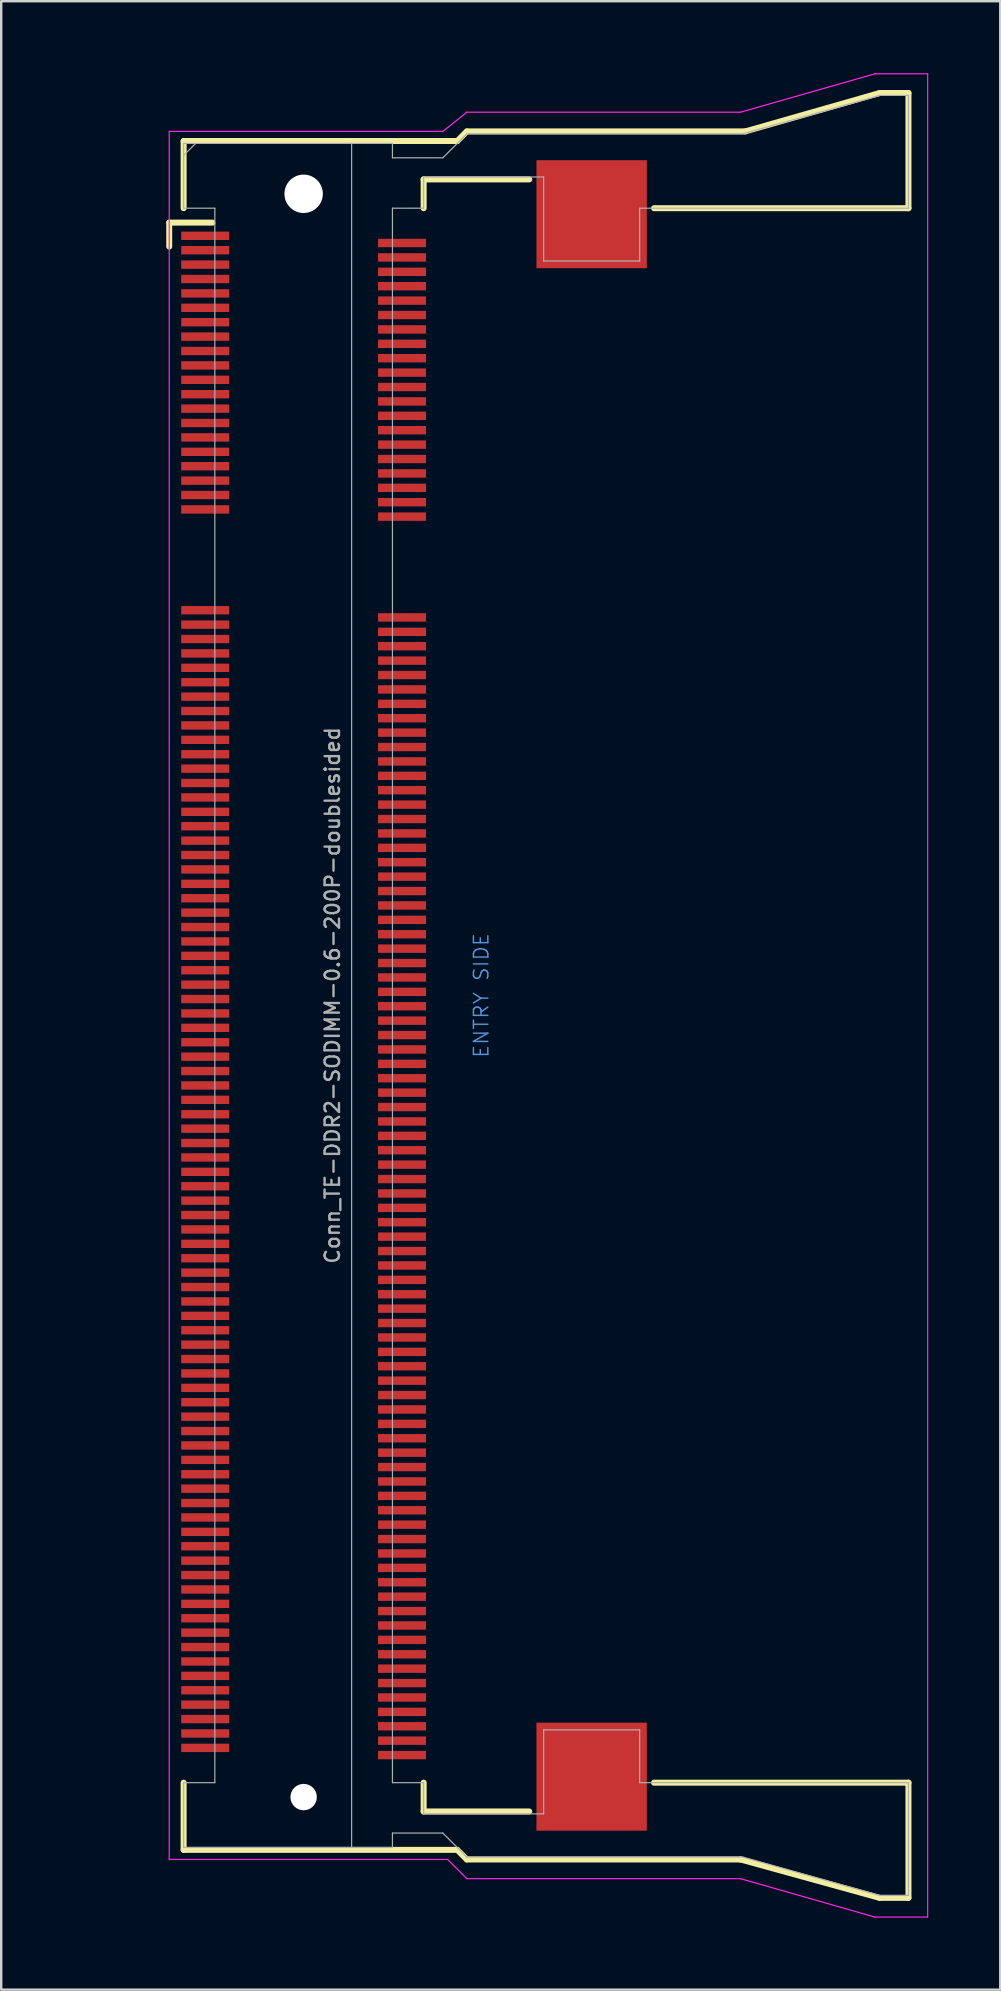
<source format=kicad_pcb>
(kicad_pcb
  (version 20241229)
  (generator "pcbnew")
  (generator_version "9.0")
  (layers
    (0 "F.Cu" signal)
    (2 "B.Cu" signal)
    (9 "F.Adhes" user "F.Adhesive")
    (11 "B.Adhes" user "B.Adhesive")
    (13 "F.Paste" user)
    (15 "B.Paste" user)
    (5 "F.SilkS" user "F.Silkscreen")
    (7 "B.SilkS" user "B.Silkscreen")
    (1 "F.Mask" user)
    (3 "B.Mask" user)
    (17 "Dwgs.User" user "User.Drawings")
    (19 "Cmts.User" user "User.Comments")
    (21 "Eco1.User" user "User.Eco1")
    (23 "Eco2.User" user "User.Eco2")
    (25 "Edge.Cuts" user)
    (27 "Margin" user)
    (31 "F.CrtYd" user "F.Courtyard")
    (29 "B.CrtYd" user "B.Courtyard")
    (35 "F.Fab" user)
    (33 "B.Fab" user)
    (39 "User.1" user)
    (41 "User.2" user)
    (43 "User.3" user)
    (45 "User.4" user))
  (footprint "Conn_TE-DDR2-SODIMM-0.6-200P-doublesided"
    (layer "F.Cu")
    (at 9.601 38.425)
    (property "Reference" "Conn_TE-DDR2-SODIMM-0.6-200P-doublesided" (at 1.2 0 90) (layer "F.Fab") (effects (font (size 0.6 0.6) (thickness 0.1))))
    (attr through_hole)
    (fp_line (start -5.6 -32.2) (end -3.8 -32.2) (stroke (width 0.25) (type solid)) (layer "F.SilkS"))
    (fp_line (start -5.6 -31.2) (end -5.6 -32.2) (stroke (width 0.25) (type solid)) (layer "F.SilkS"))
    (fp_line (start -5 -35.6) (end 6.4 -35.6) (stroke (width 0.25) (type solid)) (layer "F.SilkS"))
    (fp_line (start -5 -32.8) (end -5 -35.6) (stroke (width 0.25) (type solid)) (layer "F.SilkS"))
    (fp_line (start -5 32.8) (end -5 35.6) (stroke (width 0.25) (type solid)) (layer "F.SilkS"))
    (fp_line (start -5 35.6) (end 6.4 35.6) (stroke (width 0.25) (type solid)) (layer "F.SilkS"))
    (fp_line (start 5 -34) (end 9.4 -34) (stroke (width 0.25) (type solid)) (layer "F.SilkS"))
    (fp_line (start 5 -32.8) (end 5 -34) (stroke (width 0.25) (type solid)) (layer "F.SilkS"))
    (fp_line (start 5 34) (end 5 32.8) (stroke (width 0.25) (type solid)) (layer "F.SilkS"))
    (fp_line (start 6.4 -35.6) (end 6.8 -36) (stroke (width 0.25) (type solid)) (layer "F.SilkS"))
    (fp_line (start 6.4 35.6) (end 6.8 36) (stroke (width 0.25) (type solid)) (layer "F.SilkS"))
    (fp_line (start 6.8 -36) (end 18.4 -36) (stroke (width 0.25) (type solid)) (layer "F.SilkS"))
    (fp_line (start 6.8 36) (end 18.2 36) (stroke (width 0.25) (type solid)) (layer "F.SilkS"))
    (fp_line (start 9.4 34) (end 5 34) (stroke (width 0.25) (type solid)) (layer "F.SilkS"))
    (fp_line (start 14.6 -32.8) (end 25.2 -32.8) (stroke (width 0.25) (type solid)) (layer "F.SilkS"))
    (fp_line (start 14.6 32.8) (end 25.2 32.8) (stroke (width 0.25) (type solid)) (layer "F.SilkS"))
    (fp_line (start 18.2 36) (end 24 37.6) (stroke (width 0.25) (type solid)) (layer "F.SilkS"))
    (fp_line (start 18.4 -36) (end 24 -37.6) (stroke (width 0.25) (type solid)) (layer "F.SilkS"))
    (fp_line (start 24 -37.6) (end 25.2 -37.6) (stroke (width 0.25) (type solid)) (layer "F.SilkS"))
    (fp_line (start 24 37.6) (end 25.2 37.6) (stroke (width 0.25) (type solid)) (layer "F.SilkS"))
    (fp_line (start 25.2 -37.6) (end 25.2 -32.8) (stroke (width 0.25) (type solid)) (layer "F.SilkS"))
    (fp_line (start 25.2 37.6) (end 25.2 32.8) (stroke (width 0.25) (type solid)) (layer "F.SilkS"))
    (fp_line (start -5.6 -36) (end -5.6 36) (stroke (width 0.05) (type solid)) (layer "F.CrtYd"))
    (fp_line (start -5.6 -36) (end 5.8 -36) (stroke (width 0.05) (type solid)) (layer "F.CrtYd"))
    (fp_line (start -5.6 36) (end 6 36) (stroke (width 0.05) (type solid)) (layer "F.CrtYd"))
    (fp_line (start 6 36) (end 6.8 36.8) (stroke (width 0.05) (type solid)) (layer "F.CrtYd"))
    (fp_line (start 6.8 -36.8) (end 5.8 -36) (stroke (width 0.05) (type solid)) (layer "F.CrtYd"))
    (fp_line (start 6.8 36.8) (end 18.2 36.8) (stroke (width 0.05) (type solid)) (layer "F.CrtYd"))
    (fp_line (start 18.2 -36.8) (end 6.8 -36.8) (stroke (width 0.05) (type solid)) (layer "F.CrtYd"))
    (fp_line (start 18.2 36.8) (end 23.8 38.4) (stroke (width 0.05) (type solid)) (layer "F.CrtYd"))
    (fp_line (start 23.8 -38.4) (end 18.2 -36.8) (stroke (width 0.05) (type solid)) (layer "F.CrtYd"))
    (fp_line (start 23.8 38.4) (end 26 38.4) (stroke (width 0.05) (type solid)) (layer "F.CrtYd"))
    (fp_line (start 26 -38.4) (end 23.8 -38.4) (stroke (width 0.05) (type solid)) (layer "F.CrtYd"))
    (fp_line (start 26 38.4) (end 26 -38.4) (stroke (width 0.05) (type solid)) (layer "F.CrtYd"))
    (fp_line (start -5 -35.5) (end -5 -32.8) (stroke (width 0.05) (type solid)) (layer "F.Fab"))
    (fp_line (start -5 -35.5) (end 2 -35.5) (stroke (width 0.05) (type solid)) (layer "F.Fab"))
    (fp_line (start -5 -35) (end -4.5 -35.5) (stroke (width 0.05) (type solid)) (layer "F.Fab"))
    (fp_line (start -5 -32.8) (end -3.7 -32.8) (stroke (width 0.05) (type solid)) (layer "F.Fab"))
    (fp_line (start -5 32.8) (end -3.7 32.8) (stroke (width 0.05) (type solid)) (layer "F.Fab"))
    (fp_line (start -5 35.5) (end -5 32.8) (stroke (width 0.05) (type solid)) (layer "F.Fab"))
    (fp_line (start -3.7 32.8) (end -3.7 -32.8) (stroke (width 0.05) (type solid)) (layer "F.Fab"))
    (fp_line (start 2 -35.5) (end 2 35.5) (stroke (width 0.05) (type solid)) (layer "F.Fab"))
    (fp_line (start 2 35.5) (end -5 35.5) (stroke (width 0.05) (type solid)) (layer "F.Fab"))
    (fp_line (start 3.7 -35.5) (end 2 -35.5) (stroke (width 0.05) (type solid)) (layer "F.Fab"))
    (fp_line (start 3.7 -35.5) (end 3.7 -34.9) (stroke (width 0.05) (type solid)) (layer "F.Fab"))
    (fp_line (start 3.7 -32.8) (end 3.7 32.8) (stroke (width 0.05) (type solid)) (layer "F.Fab"))
    (fp_line (start 3.7 -32.8) (end 5 -32.8) (stroke (width 0.05) (type solid)) (layer "F.Fab"))
    (fp_line (start 3.7 34.9) (end 3.7 35.5) (stroke (width 0.05) (type solid)) (layer "F.Fab"))
    (fp_line (start 3.7 34.9) (end 5.8 34.9) (stroke (width 0.05) (type solid)) (layer "F.Fab"))
    (fp_line (start 3.7 35.5) (end 2 35.5) (stroke (width 0.05) (type solid)) (layer "F.Fab"))
    (fp_line (start 5 -34.1) (end 10 -34.1) (stroke (width 0.05) (type solid)) (layer "F.Fab"))
    (fp_line (start 5 -32.8) (end 5 -34.1) (stroke (width 0.05) (type solid)) (layer "F.Fab"))
    (fp_line (start 5 32.8) (end 3.7 32.8) (stroke (width 0.05) (type solid)) (layer "F.Fab"))
    (fp_line (start 5 34.1) (end 5 32.8) (stroke (width 0.05) (type solid)) (layer "F.Fab"))
    (fp_line (start 5 34.1) (end 10 34.1) (stroke (width 0.05) (type solid)) (layer "F.Fab"))
    (fp_line (start 5.8 -34.9) (end 3.7 -34.9) (stroke (width 0.05) (type solid)) (layer "F.Fab"))
    (fp_line (start 5.8 -34.9) (end 6.8 -35.9) (stroke (width 0.05) (type solid)) (layer "F.Fab"))
    (fp_line (start 5.8 34.9) (end 6.8 35.9) (stroke (width 0.05) (type solid)) (layer "F.Fab"))
    (fp_line (start 6.8 -35.9) (end 18.3 -35.9) (stroke (width 0.05) (type solid)) (layer "F.Fab"))
    (fp_line (start 10 -34.1) (end 10 -30.6) (stroke (width 0.05) (type solid)) (layer "F.Fab"))
    (fp_line (start 10 -30.6) (end 14 -30.6) (stroke (width 0.05) (type solid)) (layer "F.Fab"))
    (fp_line (start 10 30.6) (end 14 30.6) (stroke (width 0.05) (type solid)) (layer "F.Fab"))
    (fp_line (start 10 34.1) (end 10 30.6) (stroke (width 0.05) (type solid)) (layer "F.Fab"))
    (fp_line (start 14 -32.8) (end 25.2 -32.8) (stroke (width 0.05) (type solid)) (layer "F.Fab"))
    (fp_line (start 14 -30.6) (end 14 -32.8) (stroke (width 0.05) (type solid)) (layer "F.Fab"))
    (fp_line (start 14 30.6) (end 14 32.8) (stroke (width 0.05) (type solid)) (layer "F.Fab"))
    (fp_line (start 14 32.8) (end 25.2 32.8) (stroke (width 0.05) (type solid)) (layer "F.Fab"))
    (fp_line (start 18.3 35.9) (end 6.8 35.9) (stroke (width 0.05) (type solid)) (layer "F.Fab"))
    (fp_line (start 18.3 35.9) (end 24 37.5) (stroke (width 0.05) (type solid)) (layer "F.Fab"))
    (fp_line (start 24 -37.5) (end 18.3 -35.9) (stroke (width 0.05) (type solid)) (layer "F.Fab"))
    (fp_line (start 25.2 -37.5) (end 24 -37.5) (stroke (width 0.05) (type solid)) (layer "F.Fab"))
    (fp_line (start 25.2 -32.8) (end 25.2 -37.5) (stroke (width 0.05) (type solid)) (layer "F.Fab"))
    (fp_line (start 25.2 37.5) (end 24 37.5) (stroke (width 0.05) (type solid)) (layer "F.Fab"))
    (fp_line (start 25.2 37.5) (end 25.2 32.8) (stroke (width 0.05) (type solid)) (layer "F.Fab"))
    (fp_text user "ENTRY SIDE" (at 7.4 0 90) (layer "Cmts.User") (effects (font (size 0.6 0.6) (thickness 0.06))))
    (fp_text user "${REFERENCE}" (at -4 -35 0) (layer "Eco1.User") (effects (font (size 0.3 0.3) (thickness 0.03))))
    (pad "" np_thru_hole circle (at 0 -33.4) (size 1.6 1.6) (drill 1.6) (layers "*.Cu"))
    (pad "" np_thru_hole circle (at 0 33.4) (size 1.1 1.1) (drill 1.1) (layers "*.Cu"))
    (pad "" smd rect (at 12 -32.55) (size 4.6 4.5) (layers "F.Cu" "F.Mask" "F.Paste"))
    (pad "" smd rect (at 12 32.55) (size 4.6 4.5) (layers "F.Cu" "F.Mask" "F.Paste"))
    (pad "1" smd rect (at -4.1 -31.65) (size 2 0.35) (layers "F.Cu" "F.Mask" "F.Paste"))
    (pad "2" smd rect (at 4.1 -31.35) (size 2 0.35) (layers "F.Cu" "F.Mask" "F.Paste"))
    (pad "3" smd rect (at -4.1 -31.05) (size 2 0.35) (layers "F.Cu" "F.Mask" "F.Paste"))
    (pad "4" smd rect (at 4.1 -30.75) (size 2 0.35) (layers "F.Cu" "F.Mask" "F.Paste"))
    (pad "5" smd rect (at -4.1 -30.45) (size 2 0.35) (layers "F.Cu" "F.Mask" "F.Paste"))
    (pad "6" smd rect (at 4.1 -30.15) (size 2 0.35) (layers "F.Cu" "F.Mask" "F.Paste"))
    (pad "7" smd rect (at -4.1 -29.85) (size 2 0.35) (layers "F.Cu" "F.Mask" "F.Paste"))
    (pad "8" smd rect (at 4.1 -29.55) (size 2 0.35) (layers "F.Cu" "F.Mask" "F.Paste"))
    (pad "9" smd rect (at -4.1 -29.25) (size 2 0.35) (layers "F.Cu" "F.Mask" "F.Paste"))
    (pad "10" smd rect (at 4.1 -28.95) (size 2 0.35) (layers "F.Cu" "F.Mask" "F.Paste"))
    (pad "11" smd rect (at -4.1 -28.65) (size 2 0.35) (layers "F.Cu" "F.Mask" "F.Paste"))
    (pad "12" smd rect (at 4.1 -28.35) (size 2 0.35) (layers "F.Cu" "F.Mask" "F.Paste"))
    (pad "13" smd rect (at -4.1 -28.05) (size 2 0.35) (layers "F.Cu" "F.Mask" "F.Paste"))
    (pad "14" smd rect (at 4.1 -27.75) (size 2 0.35) (layers "F.Cu" "F.Mask" "F.Paste"))
    (pad "15" smd rect (at -4.1 -27.45) (size 2 0.35) (layers "F.Cu" "F.Mask" "F.Paste"))
    (pad "16" smd rect (at 4.1 -27.15) (size 2 0.35) (layers "F.Cu" "F.Mask" "F.Paste"))
    (pad "17" smd rect (at -4.1 -26.85) (size 2 0.35) (layers "F.Cu" "F.Mask" "F.Paste"))
    (pad "18" smd rect (at 4.1 -26.55) (size 2 0.35) (layers "F.Cu" "F.Mask" "F.Paste"))
    (pad "19" smd rect (at -4.1 -26.25) (size 2 0.35) (layers "F.Cu" "F.Mask" "F.Paste"))
    (pad "20" smd rect (at 4.1 -25.95) (size 2 0.35) (layers "F.Cu" "F.Mask" "F.Paste"))
    (pad "21" smd rect (at -4.1 -25.65) (size 2 0.35) (layers "F.Cu" "F.Mask" "F.Paste"))
    (pad "22" smd rect (at 4.1 -25.35) (size 2 0.35) (layers "F.Cu" "F.Mask" "F.Paste"))
    (pad "23" smd rect (at -4.1 -25.05) (size 2 0.35) (layers "F.Cu" "F.Mask" "F.Paste"))
    (pad "24" smd rect (at 4.1 -24.75) (size 2 0.35) (layers "F.Cu" "F.Mask" "F.Paste"))
    (pad "25" smd rect (at -4.1 -24.45) (size 2 0.35) (layers "F.Cu" "F.Mask" "F.Paste"))
    (pad "26" smd rect (at 4.1 -24.15) (size 2 0.35) (layers "F.Cu" "F.Mask" "F.Paste"))
    (pad "27" smd rect (at -4.1 -23.85) (size 2 0.35) (layers "F.Cu" "F.Mask" "F.Paste"))
    (pad "28" smd rect (at 4.1 -23.55) (size 2 0.35) (layers "F.Cu" "F.Mask" "F.Paste"))
    (pad "29" smd rect (at -4.1 -23.25) (size 2 0.35) (layers "F.Cu" "F.Mask" "F.Paste"))
    (pad "30" smd rect (at 4.1 -22.95) (size 2 0.35) (layers "F.Cu" "F.Mask" "F.Paste"))
    (pad "31" smd rect (at -4.1 -22.65) (size 2 0.35) (layers "F.Cu" "F.Mask" "F.Paste"))
    (pad "32" smd rect (at 4.1 -22.35) (size 2 0.35) (layers "F.Cu" "F.Mask" "F.Paste"))
    (pad "33" smd rect (at -4.1 -22.05) (size 2 0.35) (layers "F.Cu" "F.Mask" "F.Paste"))
    (pad "34" smd rect (at 4.1 -21.75) (size 2 0.35) (layers "F.Cu" "F.Mask" "F.Paste"))
    (pad "35" smd rect (at -4.1 -21.45) (size 2 0.35) (layers "F.Cu" "F.Mask" "F.Paste"))
    (pad "36" smd rect (at 4.1 -21.15) (size 2 0.35) (layers "F.Cu" "F.Mask" "F.Paste"))
    (pad "37" smd rect (at -4.1 -20.85) (size 2 0.35) (layers "F.Cu" "F.Mask" "F.Paste"))
    (pad "38" smd rect (at 4.1 -20.55) (size 2 0.35) (layers "F.Cu" "F.Mask" "F.Paste"))
    (pad "39" smd rect (at -4.1 -20.25) (size 2 0.35) (layers "F.Cu" "F.Mask" "F.Paste"))
    (pad "40" smd rect (at 4.1 -19.95) (size 2 0.35) (layers "F.Cu" "F.Mask" "F.Paste"))
    (pad "41" smd rect (at -4.1 -16.05) (size 2 0.35) (layers "F.Cu" "F.Mask" "F.Paste"))
    (pad "42" smd rect (at 4.1 -15.75) (size 2 0.35) (layers "F.Cu" "F.Mask" "F.Paste"))
    (pad "43" smd rect (at -4.1 -15.45) (size 2 0.35) (layers "F.Cu" "F.Mask" "F.Paste"))
    (pad "44" smd rect (at 4.1 -15.15) (size 2 0.35) (layers "F.Cu" "F.Mask" "F.Paste"))
    (pad "45" smd rect (at -4.1 -14.85) (size 2 0.35) (layers "F.Cu" "F.Mask" "F.Paste"))
    (pad "46" smd rect (at 4.1 -14.55) (size 2 0.35) (layers "F.Cu" "F.Mask" "F.Paste"))
    (pad "47" smd rect (at -4.1 -14.25) (size 2 0.35) (layers "F.Cu" "F.Mask" "F.Paste"))
    (pad "48" smd rect (at 4.1 -13.95) (size 2 0.35) (layers "F.Cu" "F.Mask" "F.Paste"))
    (pad "49" smd rect (at -4.1 -13.65) (size 2 0.35) (layers "F.Cu" "F.Mask" "F.Paste"))
    (pad "50" smd rect (at 4.1 -13.35) (size 2 0.35) (layers "F.Cu" "F.Mask" "F.Paste"))
    (pad "51" smd rect (at -4.1 -13.05) (size 2 0.35) (layers "F.Cu" "F.Mask" "F.Paste"))
    (pad "52" smd rect (at 4.1 -12.75) (size 2 0.35) (layers "F.Cu" "F.Mask" "F.Paste"))
    (pad "53" smd rect (at -4.1 -12.45) (size 2 0.35) (layers "F.Cu" "F.Mask" "F.Paste"))
    (pad "54" smd rect (at 4.1 -12.15) (size 2 0.35) (layers "F.Cu" "F.Mask" "F.Paste"))
    (pad "55" smd rect (at -4.1 -11.85) (size 2 0.35) (layers "F.Cu" "F.Mask" "F.Paste"))
    (pad "56" smd rect (at 4.1 -11.55) (size 2 0.35) (layers "F.Cu" "F.Mask" "F.Paste"))
    (pad "57" smd rect (at -4.1 -11.25) (size 2 0.35) (layers "F.Cu" "F.Mask" "F.Paste"))
    (pad "58" smd rect (at 4.1 -10.95) (size 2 0.35) (layers "F.Cu" "F.Mask" "F.Paste"))
    (pad "59" smd rect (at -4.1 -10.65) (size 2 0.35) (layers "F.Cu" "F.Mask" "F.Paste"))
    (pad "60" smd rect (at 4.1 -10.35) (size 2 0.35) (layers "F.Cu" "F.Mask" "F.Paste"))
    (pad "61" smd rect (at -4.1 -10.05) (size 2 0.35) (layers "F.Cu" "F.Mask" "F.Paste"))
    (pad "62" smd rect (at 4.1 -9.75) (size 2 0.35) (layers "F.Cu" "F.Mask" "F.Paste"))
    (pad "63" smd rect (at -4.1 -9.45) (size 2 0.35) (layers "F.Cu" "F.Mask" "F.Paste"))
    (pad "64" smd rect (at 4.1 -9.15) (size 2 0.35) (layers "F.Cu" "F.Mask" "F.Paste"))
    (pad "65" smd rect (at -4.1 -8.85) (size 2 0.35) (layers "F.Cu" "F.Mask" "F.Paste"))
    (pad "66" smd rect (at 4.1 -8.55) (size 2 0.35) (layers "F.Cu" "F.Mask" "F.Paste"))
    (pad "67" smd rect (at -4.1 -8.25) (size 2 0.35) (layers "F.Cu" "F.Mask" "F.Paste"))
    (pad "68" smd rect (at 4.1 -7.95) (size 2 0.35) (layers "F.Cu" "F.Mask" "F.Paste"))
    (pad "69" smd rect (at -4.1 -7.65) (size 2 0.35) (layers "F.Cu" "F.Mask" "F.Paste"))
    (pad "70" smd rect (at 4.1 -7.35) (size 2 0.35) (layers "F.Cu" "F.Mask" "F.Paste"))
    (pad "71" smd rect (at -4.1 -7.05) (size 2 0.35) (layers "F.Cu" "F.Mask" "F.Paste"))
    (pad "72" smd rect (at 4.1 -6.75) (size 2 0.35) (layers "F.Cu" "F.Mask" "F.Paste"))
    (pad "73" smd rect (at -4.1 -6.45) (size 2 0.35) (layers "F.Cu" "F.Mask" "F.Paste"))
    (pad "74" smd rect (at 4.1 -6.15) (size 2 0.35) (layers "F.Cu" "F.Mask" "F.Paste"))
    (pad "75" smd rect (at -4.1 -5.85) (size 2 0.35) (layers "F.Cu" "F.Mask" "F.Paste"))
    (pad "76" smd rect (at 4.1 -5.55) (size 2 0.35) (layers "F.Cu" "F.Mask" "F.Paste"))
    (pad "77" smd rect (at -4.1 -5.25) (size 2 0.35) (layers "F.Cu" "F.Mask" "F.Paste"))
    (pad "78" smd rect (at 4.1 -4.95) (size 2 0.35) (layers "F.Cu" "F.Mask" "F.Paste"))
    (pad "79" smd rect (at -4.1 -4.65) (size 2 0.35) (layers "F.Cu" "F.Mask" "F.Paste"))
    (pad "80" smd rect (at 4.1 -4.35) (size 2 0.35) (layers "F.Cu" "F.Mask" "F.Paste"))
    (pad "81" smd rect (at -4.1 -4.05) (size 2 0.35) (layers "F.Cu" "F.Mask" "F.Paste"))
    (pad "82" smd rect (at 4.1 -3.75) (size 2 0.35) (layers "F.Cu" "F.Mask" "F.Paste"))
    (pad "83" smd rect (at -4.1 -3.45) (size 2 0.35) (layers "F.Cu" "F.Mask" "F.Paste"))
    (pad "84" smd rect (at 4.1 -3.15) (size 2 0.35) (layers "F.Cu" "F.Mask" "F.Paste"))
    (pad "85" smd rect (at -4.1 -2.85) (size 2 0.35) (layers "F.Cu" "F.Mask" "F.Paste"))
    (pad "86" smd rect (at 4.1 -2.55) (size 2 0.35) (layers "F.Cu" "F.Mask" "F.Paste"))
    (pad "87" smd rect (at -4.1 -2.25) (size 2 0.35) (layers "F.Cu" "F.Mask" "F.Paste"))
    (pad "88" smd rect (at 4.1 -1.95) (size 2 0.35) (layers "F.Cu" "F.Mask" "F.Paste"))
    (pad "89" smd rect (at -4.1 -1.65) (size 2 0.35) (layers "F.Cu" "F.Mask" "F.Paste"))
    (pad "90" smd rect (at 4.1 -1.35) (size 2 0.35) (layers "F.Cu" "F.Mask" "F.Paste"))
    (pad "91" smd rect (at -4.1 -1.05) (size 2 0.35) (layers "F.Cu" "F.Mask" "F.Paste"))
    (pad "92" smd rect (at 4.1 -0.75) (size 2 0.35) (layers "F.Cu" "F.Mask" "F.Paste"))
    (pad "93" smd rect (at -4.1 -0.45) (size 2 0.35) (layers "F.Cu" "F.Mask" "F.Paste"))
    (pad "94" smd rect (at 4.1 -0.15) (size 2 0.35) (layers "F.Cu" "F.Mask" "F.Paste"))
    (pad "95" smd rect (at -4.1 0.15) (size 2 0.35) (layers "F.Cu" "F.Mask" "F.Paste"))
    (pad "96" smd rect (at 4.1 0.45) (size 2 0.35) (layers "F.Cu" "F.Mask" "F.Paste"))
    (pad "97" smd rect (at -4.1 0.75) (size 2 0.35) (layers "F.Cu" "F.Mask" "F.Paste"))
    (pad "98" smd rect (at 4.1 1.05) (size 2 0.35) (layers "F.Cu" "F.Mask" "F.Paste"))
    (pad "99" smd rect (at -4.1 1.35) (size 2 0.35) (layers "F.Cu" "F.Mask" "F.Paste"))
    (pad "100" smd rect (at 4.1 1.65) (size 2 0.35) (layers "F.Cu" "F.Mask" "F.Paste"))
    (pad "101" smd rect (at -4.1 1.95) (size 2 0.35) (layers "F.Cu" "F.Mask" "F.Paste"))
    (pad "102" smd rect (at 4.1 2.25) (size 2 0.35) (layers "F.Cu" "F.Mask" "F.Paste"))
    (pad "103" smd rect (at -4.1 2.55) (size 2 0.35) (layers "F.Cu" "F.Mask" "F.Paste"))
    (pad "104" smd rect (at 4.1 2.85) (size 2 0.35) (layers "F.Cu" "F.Mask" "F.Paste"))
    (pad "105" smd rect (at -4.1 3.15) (size 2 0.35) (layers "F.Cu" "F.Mask" "F.Paste"))
    (pad "106" smd rect (at 4.1 3.45) (size 2 0.35) (layers "F.Cu" "F.Mask" "F.Paste"))
    (pad "107" smd rect (at -4.1 3.75) (size 2 0.35) (layers "F.Cu" "F.Mask" "F.Paste"))
    (pad "108" smd rect (at 4.1 4.05) (size 2 0.35) (layers "F.Cu" "F.Mask" "F.Paste"))
    (pad "109" smd rect (at -4.1 4.35) (size 2 0.35) (layers "F.Cu" "F.Mask" "F.Paste"))
    (pad "110" smd rect (at 4.1 4.65) (size 2 0.35) (layers "F.Cu" "F.Mask" "F.Paste"))
    (pad "111" smd rect (at -4.1 4.95) (size 2 0.35) (layers "F.Cu" "F.Mask" "F.Paste"))
    (pad "112" smd rect (at 4.1 5.25) (size 2 0.35) (layers "F.Cu" "F.Mask" "F.Paste"))
    (pad "113" smd rect (at -4.1 5.55) (size 2 0.35) (layers "F.Cu" "F.Mask" "F.Paste"))
    (pad "114" smd rect (at 4.1 5.85) (size 2 0.35) (layers "F.Cu" "F.Mask" "F.Paste"))
    (pad "115" smd rect (at -4.1 6.15) (size 2 0.35) (layers "F.Cu" "F.Mask" "F.Paste"))
    (pad "116" smd rect (at 4.1 6.45) (size 2 0.35) (layers "F.Cu" "F.Mask" "F.Paste"))
    (pad "117" smd rect (at -4.1 6.75) (size 2 0.35) (layers "F.Cu" "F.Mask" "F.Paste"))
    (pad "118" smd rect (at 4.1 7.05) (size 2 0.35) (layers "F.Cu" "F.Mask" "F.Paste"))
    (pad "119" smd rect (at -4.1 7.35) (size 2 0.35) (layers "F.Cu" "F.Mask" "F.Paste"))
    (pad "120" smd rect (at 4.1 7.65) (size 2 0.35) (layers "F.Cu" "F.Mask" "F.Paste"))
    (pad "121" smd rect (at -4.1 7.95) (size 2 0.35) (layers "F.Cu" "F.Mask" "F.Paste"))
    (pad "122" smd rect (at 4.1 8.25) (size 2 0.35) (layers "F.Cu" "F.Mask" "F.Paste"))
    (pad "123" smd rect (at -4.1 8.55) (size 2 0.35) (layers "F.Cu" "F.Mask" "F.Paste"))
    (pad "124" smd rect (at 4.1 8.85) (size 2 0.35) (layers "F.Cu" "F.Mask" "F.Paste"))
    (pad "125" smd rect (at -4.1 9.15) (size 2 0.35) (layers "F.Cu" "F.Mask" "F.Paste"))
    (pad "126" smd rect (at 4.1 9.45) (size 2 0.35) (layers "F.Cu" "F.Mask" "F.Paste"))
    (pad "127" smd rect (at -4.1 9.75) (size 2 0.35) (layers "F.Cu" "F.Mask" "F.Paste"))
    (pad "128" smd rect (at 4.1 10.05) (size 2 0.35) (layers "F.Cu" "F.Mask" "F.Paste"))
    (pad "129" smd rect (at -4.1 10.35) (size 2 0.35) (layers "F.Cu" "F.Mask" "F.Paste"))
    (pad "130" smd rect (at 4.1 10.65) (size 2 0.35) (layers "F.Cu" "F.Mask" "F.Paste"))
    (pad "131" smd rect (at -4.1 10.95) (size 2 0.35) (layers "F.Cu" "F.Mask" "F.Paste"))
    (pad "132" smd rect (at 4.1 11.25) (size 2 0.35) (layers "F.Cu" "F.Mask" "F.Paste"))
    (pad "133" smd rect (at -4.1 11.55) (size 2 0.35) (layers "F.Cu" "F.Mask" "F.Paste"))
    (pad "134" smd rect (at 4.1 11.85) (size 2 0.35) (layers "F.Cu" "F.Mask" "F.Paste"))
    (pad "135" smd rect (at -4.1 12.15) (size 2 0.35) (layers "F.Cu" "F.Mask" "F.Paste"))
    (pad "136" smd rect (at 4.1 12.45) (size 2 0.35) (layers "F.Cu" "F.Mask" "F.Paste"))
    (pad "137" smd rect (at -4.1 12.75) (size 2 0.35) (layers "F.Cu" "F.Mask" "F.Paste"))
    (pad "138" smd rect (at 4.1 13.05) (size 2 0.35) (layers "F.Cu" "F.Mask" "F.Paste"))
    (pad "139" smd rect (at -4.1 13.35) (size 2 0.35) (layers "F.Cu" "F.Mask" "F.Paste"))
    (pad "140" smd rect (at 4.1 13.65) (size 2 0.35) (layers "F.Cu" "F.Mask" "F.Paste"))
    (pad "141" smd rect (at -4.1 13.95) (size 2 0.35) (layers "F.Cu" "F.Mask" "F.Paste"))
    (pad "142" smd rect (at 4.1 14.25) (size 2 0.35) (layers "F.Cu" "F.Mask" "F.Paste"))
    (pad "143" smd rect (at -4.1 14.55) (size 2 0.35) (layers "F.Cu" "F.Mask" "F.Paste"))
    (pad "144" smd rect (at 4.1 14.85) (size 2 0.35) (layers "F.Cu" "F.Mask" "F.Paste"))
    (pad "145" smd rect (at -4.1 15.15) (size 2 0.35) (layers "F.Cu" "F.Mask" "F.Paste"))
    (pad "146" smd rect (at 4.1 15.45) (size 2 0.35) (layers "F.Cu" "F.Mask" "F.Paste"))
    (pad "147" smd rect (at -4.1 15.75) (size 2 0.35) (layers "F.Cu" "F.Mask" "F.Paste"))
    (pad "148" smd rect (at 4.1 16.05) (size 2 0.35) (layers "F.Cu" "F.Mask" "F.Paste"))
    (pad "149" smd rect (at -4.1 16.35) (size 2 0.35) (layers "F.Cu" "F.Mask" "F.Paste"))
    (pad "150" smd rect (at 4.1 16.65) (size 2 0.35) (layers "F.Cu" "F.Mask" "F.Paste"))
    (pad "151" smd rect (at -4.1 16.95) (size 2 0.35) (layers "F.Cu" "F.Mask" "F.Paste"))
    (pad "152" smd rect (at 4.1 17.25) (size 2 0.35) (layers "F.Cu" "F.Mask" "F.Paste"))
    (pad "153" smd rect (at -4.1 17.55) (size 2 0.35) (layers "F.Cu" "F.Mask" "F.Paste"))
    (pad "154" smd rect (at 4.1 17.85) (size 2 0.35) (layers "F.Cu" "F.Mask" "F.Paste"))
    (pad "155" smd rect (at -4.1 18.15) (size 2 0.35) (layers "F.Cu" "F.Mask" "F.Paste"))
    (pad "156" smd rect (at 4.1 18.45) (size 2 0.35) (layers "F.Cu" "F.Mask" "F.Paste"))
    (pad "157" smd rect (at -4.1 18.75) (size 2 0.35) (layers "F.Cu" "F.Mask" "F.Paste"))
    (pad "158" smd rect (at 4.1 19.05) (size 2 0.35) (layers "F.Cu" "F.Mask" "F.Paste"))
    (pad "159" smd rect (at -4.1 19.35) (size 2 0.35) (layers "F.Cu" "F.Mask" "F.Paste"))
    (pad "160" smd rect (at 4.1 19.65) (size 2 0.35) (layers "F.Cu" "F.Mask" "F.Paste"))
    (pad "161" smd rect (at -4.1 19.95) (size 2 0.35) (layers "F.Cu" "F.Mask" "F.Paste"))
    (pad "162" smd rect (at 4.1 20.25) (size 2 0.35) (layers "F.Cu" "F.Mask" "F.Paste"))
    (pad "163" smd rect (at -4.1 20.55) (size 2 0.35) (layers "F.Cu" "F.Mask" "F.Paste"))
    (pad "164" smd rect (at 4.1 20.85) (size 2 0.35) (layers "F.Cu" "F.Mask" "F.Paste"))
    (pad "165" smd rect (at -4.1 21.15) (size 2 0.35) (layers "F.Cu" "F.Mask" "F.Paste"))
    (pad "166" smd rect (at 4.1 21.45) (size 2 0.35) (layers "F.Cu" "F.Mask" "F.Paste"))
    (pad "167" smd rect (at -4.1 21.75) (size 2 0.35) (layers "F.Cu" "F.Mask" "F.Paste"))
    (pad "168" smd rect (at 4.1 22.05) (size 2 0.35) (layers "F.Cu" "F.Mask" "F.Paste"))
    (pad "169" smd rect (at -4.1 22.35) (size 2 0.35) (layers "F.Cu" "F.Mask" "F.Paste"))
    (pad "170" smd rect (at 4.1 22.65) (size 2 0.35) (layers "F.Cu" "F.Mask" "F.Paste"))
    (pad "171" smd rect (at -4.1 22.95) (size 2 0.35) (layers "F.Cu" "F.Mask" "F.Paste"))
    (pad "172" smd rect (at 4.1 23.25) (size 2 0.35) (layers "F.Cu" "F.Mask" "F.Paste"))
    (pad "173" smd rect (at -4.1 23.55) (size 2 0.35) (layers "F.Cu" "F.Mask" "F.Paste"))
    (pad "174" smd rect (at 4.1 23.85) (size 2 0.35) (layers "F.Cu" "F.Mask" "F.Paste"))
    (pad "175" smd rect (at -4.1 24.15) (size 2 0.35) (layers "F.Cu" "F.Mask" "F.Paste"))
    (pad "176" smd rect (at 4.1 24.45) (size 2 0.35) (layers "F.Cu" "F.Mask" "F.Paste"))
    (pad "177" smd rect (at -4.1 24.75) (size 2 0.35) (layers "F.Cu" "F.Mask" "F.Paste"))
    (pad "178" smd rect (at 4.1 25.05) (size 2 0.35) (layers "F.Cu" "F.Mask" "F.Paste"))
    (pad "179" smd rect (at -4.1 25.35) (size 2 0.35) (layers "F.Cu" "F.Mask" "F.Paste"))
    (pad "180" smd rect (at 4.1 25.65) (size 2 0.35) (layers "F.Cu" "F.Mask" "F.Paste"))
    (pad "181" smd rect (at -4.1 25.95) (size 2 0.35) (layers "F.Cu" "F.Mask" "F.Paste"))
    (pad "182" smd rect (at 4.1 26.25) (size 2 0.35) (layers "F.Cu" "F.Mask" "F.Paste"))
    (pad "183" smd rect (at -4.1 26.55) (size 2 0.35) (layers "F.Cu" "F.Mask" "F.Paste"))
    (pad "184" smd rect (at 4.1 26.85) (size 2 0.35) (layers "F.Cu" "F.Mask" "F.Paste"))
    (pad "185" smd rect (at -4.1 27.15) (size 2 0.35) (layers "F.Cu" "F.Mask" "F.Paste"))
    (pad "186" smd rect (at 4.1 27.45) (size 2 0.35) (layers "F.Cu" "F.Mask" "F.Paste"))
    (pad "187" smd rect (at -4.1 27.75) (size 2 0.35) (layers "F.Cu" "F.Mask" "F.Paste"))
    (pad "188" smd rect (at 4.1 28.05) (size 2 0.35) (layers "F.Cu" "F.Mask" "F.Paste"))
    (pad "189" smd rect (at -4.1 28.35) (size 2 0.35) (layers "F.Cu" "F.Mask" "F.Paste"))
    (pad "190" smd rect (at 4.1 28.65) (size 2 0.35) (layers "F.Cu" "F.Mask" "F.Paste"))
    (pad "191" smd rect (at -4.1 28.95) (size 2 0.35) (layers "F.Cu" "F.Mask" "F.Paste"))
    (pad "192" smd rect (at 4.1 29.25) (size 2 0.35) (layers "F.Cu" "F.Mask" "F.Paste"))
    (pad "193" smd rect (at -4.1 29.55) (size 2 0.35) (layers "F.Cu" "F.Mask" "F.Paste"))
    (pad "194" smd rect (at 4.1 29.85) (size 2 0.35) (layers "F.Cu" "F.Mask" "F.Paste"))
    (pad "195" smd rect (at -4.1 30.15) (size 2 0.35) (layers "F.Cu" "F.Mask" "F.Paste"))
    (pad "196" smd rect (at 4.1 30.45) (size 2 0.35) (layers "F.Cu" "F.Mask" "F.Paste"))
    (pad "197" smd rect (at -4.1 30.75) (size 2 0.35) (layers "F.Cu" "F.Mask" "F.Paste"))
    (pad "198" smd rect (at 4.1 31.05) (size 2 0.35) (layers "F.Cu" "F.Mask" "F.Paste"))
    (pad "199" smd rect (at -4.1 31.35) (size 2 0.35) (layers "F.Cu" "F.Mask" "F.Paste"))
    (pad "200" smd rect (at 4.1 31.65) (size 2 0.35) (layers "F.Cu" "F.Mask" "F.Paste")))
  (gr_rect
    (start -3 -3)
    (end 38.626 79.85)
    (stroke (width 0.1) (type default))
    (fill no)
    (layer "Edge.Cuts")))
</source>
